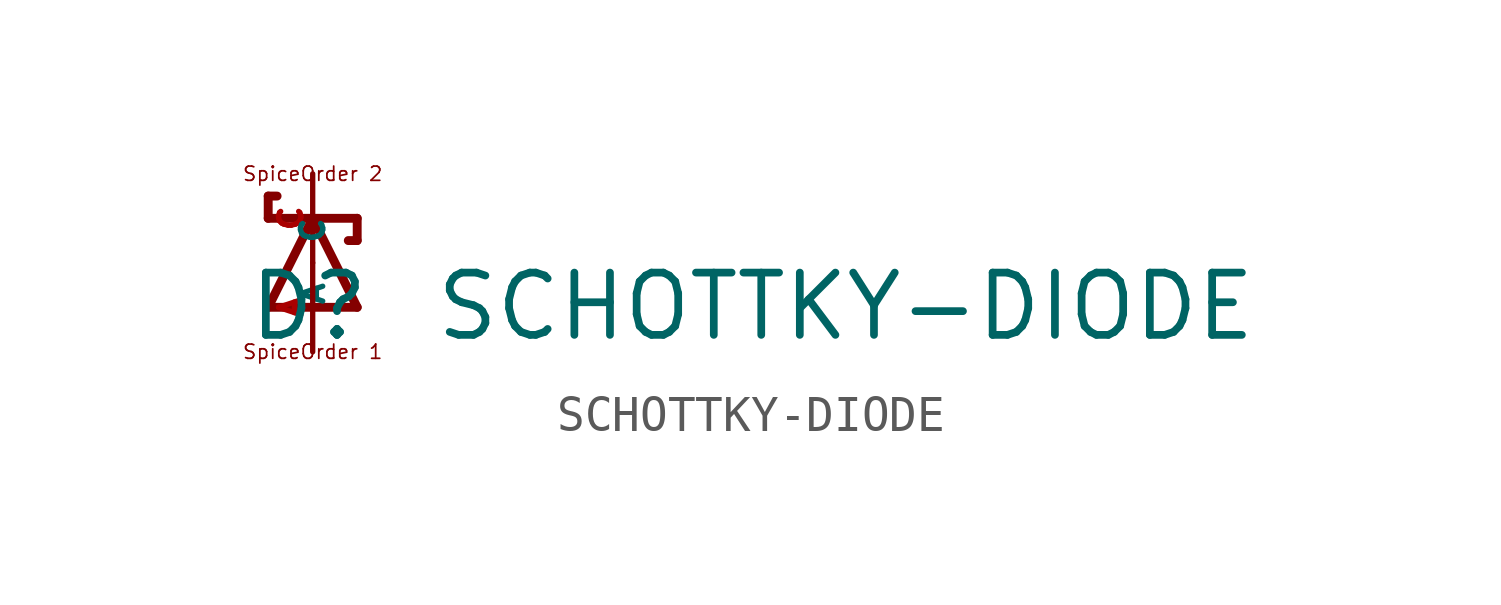
<source format=kicad_sym>
(kicad_symbol_lib
  (version 20220914)
  (generator Eagle2Kicad)
  (symbol "SCHOTTKY-DIODE"
    (property "Reference" "D"
      (at -1.905 -2.286 0)
      (effects (font (size 1.778 1.778) (thickness 0.22)) (justify left bottom)))
    (property "Value" "SCHOTTKY-DIODE"
      (at 3.429 -2.286 0)
      (effects (font (size 1.778 1.778) (thickness 0.22)) (justify left bottom)))
    (polyline
      (pts (xy 1.27 -1.27) (xy 0 1.27))
      (stroke (width 0.254) (type default))
      (fill (type none)))
    (polyline
      (pts (xy 0 1.27) (xy -1.27 -1.27))
      (stroke (width 0.254) (type default))
      (fill (type none)))
    (polyline
      (pts (xy -1.27 1.905) (xy -1.27 1.27))
      (stroke (width 0.254) (type default))
      (fill (type none)))
    (polyline
      (pts (xy -1.27 1.27) (xy 0 1.27))
      (stroke (width 0.254) (type default))
      (fill (type none)))
    (polyline
      (pts (xy -1.27 -1.27) (xy 1.27 -1.27))
      (stroke (width 0.254) (type default))
      (fill (type none)))
    (polyline
      (pts (xy 0 1.27) (xy 1.27 1.27))
      (stroke (width 0.254) (type default))
      (fill (type none)))
    (polyline
      (pts (xy -1.27 1.905) (xy -1.016 1.905))
      (stroke (width 0.254) (type default))
      (fill (type none)))
    (polyline
      (pts (xy 1.27 1.27) (xy 1.27 0.635))
      (stroke (width 0.254) (type default))
      (fill (type none)))
    (polyline
      (pts (xy 1.016 0.635) (xy 1.27 0.635))
      (stroke (width 0.254) (type default))
      (fill (type none)))
    (text "SpiceOrder 1"
      (at 0 -2.54 0)
      (effects (font (size 0.406 0.406) (thickness 0.05))))
    (text "SpiceOrder 2"
      (at 0 2.54 0)
      (effects (font (size 0.406 0.406) (thickness 0.05))))
    (pin passive line
      (at 0 2.54 270)
      (length 2.54)
      (name "A" (effects (font (size 0.635 0.635) (thickness 0.08)) (justify left bottom)))
      (number "C" (effects (font (size 0.635 0.635) (thickness 0.08)) (justify left bottom))))
    (pin passive line
      (at 0 -2.54 90)
      (length 2.54)
      (name "C" (effects (font (size 0.635 0.635) (thickness 0.08)) (justify left bottom)))
      (number "A" (effects (font (size 0.635 0.635) (thickness 0.08)) (justify left bottom))))))
</source>
